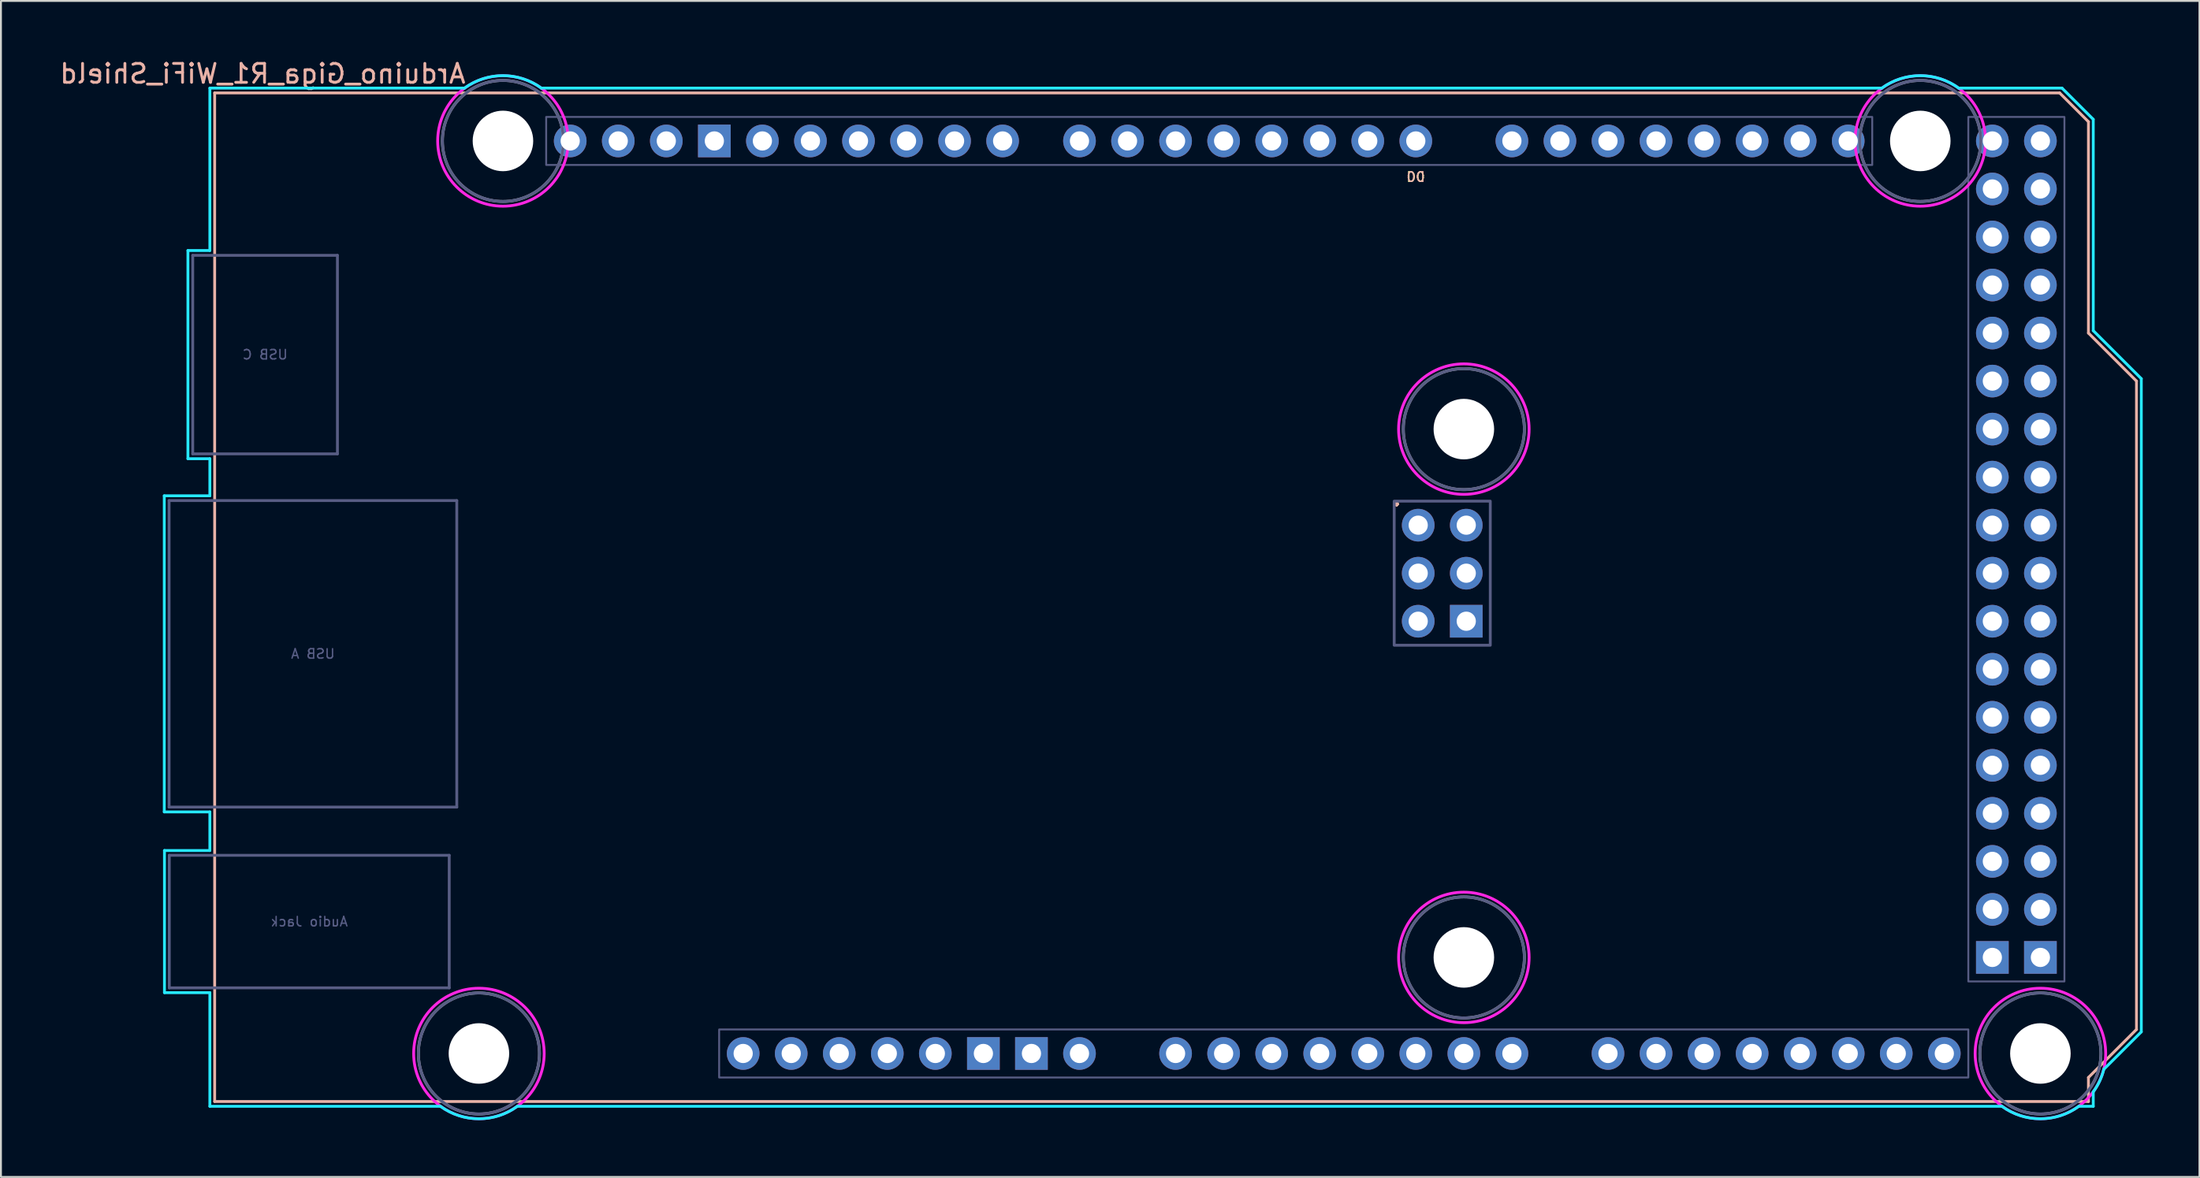
<source format=kicad_pcb>
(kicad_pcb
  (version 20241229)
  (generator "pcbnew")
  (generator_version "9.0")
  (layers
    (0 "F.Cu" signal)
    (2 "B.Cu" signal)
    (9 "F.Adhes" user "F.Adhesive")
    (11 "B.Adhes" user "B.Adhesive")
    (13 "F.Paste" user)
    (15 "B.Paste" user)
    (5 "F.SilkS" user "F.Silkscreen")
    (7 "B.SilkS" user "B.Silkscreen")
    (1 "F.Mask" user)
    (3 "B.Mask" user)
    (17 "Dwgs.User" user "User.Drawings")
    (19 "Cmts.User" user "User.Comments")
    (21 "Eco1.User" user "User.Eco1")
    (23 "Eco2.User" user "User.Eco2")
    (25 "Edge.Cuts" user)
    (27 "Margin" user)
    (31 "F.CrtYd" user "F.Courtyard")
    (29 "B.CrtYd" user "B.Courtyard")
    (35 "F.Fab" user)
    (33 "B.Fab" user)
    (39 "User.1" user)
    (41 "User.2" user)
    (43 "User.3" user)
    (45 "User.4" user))
  (footprint "Arduino_Giga_R1_WiFi_Shield"
    (layer "F.Cu")
    (at 8.299 55.204)
    (property "Reference" "Arduino_Giga_R1_WiFi_Shield" (at 2.54 -54.356 0) (layer "B.SilkS") (effects (font (size 1 1) (thickness 0.15)) (justify mirror)))
    (attr through_hole)
    (fp_line (start 0 -53.34) (end 0 0) (stroke (width 0.15) (type solid)) (layer "B.SilkS"))
    (fp_line (start 0 -53.34) (end 97.536 -53.34) (stroke (width 0.15) (type solid)) (layer "B.SilkS"))
    (fp_line (start 0 0) (end 99.06 0) (stroke (width 0.15) (type solid)) (layer "B.SilkS"))
    (fp_line (start 97.536 -53.34) (end 99.06 -51.816) (stroke (width 0.15) (type solid)) (layer "B.SilkS"))
    (fp_line (start 99.06 -40.64) (end 99.06 -51.816) (stroke (width 0.15) (type solid)) (layer "B.SilkS"))
    (fp_line (start 99.06 -1.27) (end 101.6 -3.81) (stroke (width 0.15) (type solid)) (layer "B.SilkS"))
    (fp_line (start 99.06 0) (end 99.06 -1.27) (stroke (width 0.15) (type solid)) (layer "B.SilkS"))
    (fp_line (start 101.6 -38.1) (end 99.06 -40.64) (stroke (width 0.15) (type solid)) (layer "B.SilkS"))
    (fp_line (start 101.6 -3.81) (end 101.6 -38.1) (stroke (width 0.15) (type solid)) (layer "B.SilkS"))
    (fp_line (start -2.664 -32.034) (end -0.254 -32.034) (stroke (width 0.15) (type solid)) (layer "B.CrtYd"))
    (fp_line (start -2.664 -15.316) (end -2.664 -32.034) (stroke (width 0.15) (type solid)) (layer "B.CrtYd"))
    (fp_line (start -2.664 -15.316) (end -0.254 -15.316) (stroke (width 0.15) (type solid)) (layer "B.CrtYd"))
    (fp_line (start -2.654 -13.274) (end -2.654 -5.756) (stroke (width 0.15) (type solid)) (layer "B.CrtYd"))
    (fp_line (start -2.654 -13.274) (end -0.254 -13.274) (stroke (width 0.15) (type solid)) (layer "B.CrtYd"))
    (fp_line (start -2.654 -5.756) (end -0.254 -5.756) (stroke (width 0.15) (type solid)) (layer "B.CrtYd"))
    (fp_line (start -1.414 -45.004) (end -0.254 -45.004) (stroke (width 0.15) (type solid)) (layer "B.CrtYd"))
    (fp_line (start -1.414 -33.996) (end -1.414 -45.004) (stroke (width 0.15) (type solid)) (layer "B.CrtYd"))
    (fp_line (start -1.414 -33.996) (end -0.254 -33.996) (stroke (width 0.15) (type solid)) (layer "B.CrtYd"))
    (fp_line (start -0.254 -53.594) (end -0.254 -45.004) (stroke (width 0.15) (type solid)) (layer "B.CrtYd"))
    (fp_line (start -0.254 -33.996) (end -0.254 -32.034) (stroke (width 0.15) (type solid)) (layer "B.CrtYd"))
    (fp_line (start -0.254 -15.316) (end -0.254 -13.274) (stroke (width 0.15) (type solid)) (layer "B.CrtYd"))
    (fp_line (start -0.254 -5.756) (end -0.254 0.254) (stroke (width 0.15) (type solid)) (layer "B.CrtYd"))
    (fp_line (start 11.938 0.254) (end -0.254 0.254) (stroke (width 0.15) (type solid)) (layer "B.CrtYd"))
    (fp_line (start 13.208 -53.594) (end -0.254 -53.594) (stroke (width 0.15) (type solid)) (layer "B.CrtYd"))
    (fp_line (start 16.002 0.254) (end 94.488 0.254) (stroke (width 0.15) (type solid)) (layer "B.CrtYd"))
    (fp_line (start 17.272 -53.594) (end 88.138 -53.594) (stroke (width 0.15) (type solid)) (layer "B.CrtYd"))
    (fp_line (start 97.663 -53.594) (end 92.202 -53.594) (stroke (width 0.15) (type solid)) (layer "B.CrtYd"))
    (fp_line (start 97.663 -53.594) (end 99.314 -51.943) (stroke (width 0.15) (type solid)) (layer "B.CrtYd"))
    (fp_line (start 99.314 -40.767) (end 99.314 -51.943) (stroke (width 0.15) (type solid)) (layer "B.CrtYd"))
    (fp_line (start 99.314 0.254) (end 98.552 0.254) (stroke (width 0.15) (type solid)) (layer "B.CrtYd"))
    (fp_line (start 99.314 0.254) (end 99.314 -0.508) (stroke (width 0.15) (type solid)) (layer "B.CrtYd"))
    (fp_line (start 99.873 -1.702) (end 101.854 -3.683) (stroke (width 0.15) (type solid)) (layer "B.CrtYd"))
    (fp_line (start 101.854 -38.227) (end 99.314 -40.767) (stroke (width 0.15) (type solid)) (layer "B.CrtYd"))
    (fp_line (start 101.854 -3.683) (end 101.854 -38.227) (stroke (width 0.15) (type solid)) (layer "B.CrtYd"))
    (fp_arc (start 13.208 -53.594) (mid 15.24 -54.254237) (end 17.272 -53.594) (stroke (width 0.15) (type solid)) (layer "B.CrtYd"))
    (fp_arc (start 16.002 0.254) (mid 13.97 0.914237) (end 11.938 0.254) (stroke (width 0.15) (type solid)) (layer "B.CrtYd"))
    (fp_arc (start 88.138 -53.594) (mid 90.17 -54.254237) (end 92.202 -53.594) (stroke (width 0.15) (type solid)) (layer "B.CrtYd"))
    (fp_arc (start 98.552 0.254) (mid 96.52 0.914237) (end 94.488 0.254) (stroke (width 0.15) (type solid)) (layer "B.CrtYd"))
    (fp_arc (start 99.8728 -1.7018) (mid 99.650917 -1.077977) (end 99.314 -0.508) (stroke (width 0.15) (type solid)) (layer "B.CrtYd"))
    (fp_circle (center 13.97 -2.54) (end 17.42 -2.54) (stroke (width 0.15) (type solid)) (fill no) (layer "F.CrtYd"))
    (fp_circle (center 15.24 -50.8) (end 18.69 -50.8) (stroke (width 0.15) (type solid)) (fill no) (layer "F.CrtYd"))
    (fp_circle (center 66.04 -35.56) (end 69.49 -35.56) (stroke (width 0.15) (type solid)) (fill no) (layer "F.CrtYd"))
    (fp_circle (center 66.04 -7.62) (end 69.49 -7.62) (stroke (width 0.15) (type solid)) (fill no) (layer "F.CrtYd"))
    (fp_circle (center 90.17 -50.8) (end 93.62 -50.8) (stroke (width 0.15) (type solid)) (fill no) (layer "F.CrtYd"))
    (fp_circle (center 96.52 -2.54) (end 99.97 -2.54) (stroke (width 0.15) (type solid)) (fill no) (layer "F.CrtYd"))
    (fp_line (start -2.41 -31.78) (end 12.8 -31.78) (stroke (width 0.15) (type solid)) (layer "B.Fab"))
    (fp_line (start -2.41 -15.57) (end -2.41 -31.78) (stroke (width 0.15) (type solid)) (layer "B.Fab"))
    (fp_line (start -2.41 -15.57) (end 12.8 -15.57) (stroke (width 0.15) (type solid)) (layer "B.Fab"))
    (fp_line (start -2.4 -6.01) (end -2.4 -13.02) (stroke (width 0.15) (type solid)) (layer "B.Fab"))
    (fp_line (start -2.4 -6.01) (end 12.4 -6.01) (stroke (width 0.15) (type solid)) (layer "B.Fab"))
    (fp_line (start -1.16 -44.75) (end -1.16 -34.25) (stroke (width 0.15) (type solid)) (layer "B.Fab"))
    (fp_line (start 6.49 -44.75) (end -1.16 -44.75) (stroke (width 0.15) (type solid)) (layer "B.Fab"))
    (fp_line (start 6.49 -44.75) (end 6.49 -34.25) (stroke (width 0.15) (type solid)) (layer "B.Fab"))
    (fp_line (start 6.49 -34.25) (end -1.16 -34.25) (stroke (width 0.15) (type solid)) (layer "B.Fab"))
    (fp_line (start 12.4 -13.02) (end -2.4 -13.02) (stroke (width 0.15) (type solid)) (layer "B.Fab"))
    (fp_line (start 12.4 -6.01) (end 12.4 -13.02) (stroke (width 0.15) (type solid)) (layer "B.Fab"))
    (fp_line (start 12.8 -15.57) (end 12.8 -31.78) (stroke (width 0.15) (type solid)) (layer "B.Fab"))
    (fp_rect (start 17.526 -52.07) (end 87.63 -49.53) (stroke (width 0.1) (type solid)) (fill no) (layer "B.Fab"))
    (fp_rect (start 26.67 -3.81) (end 92.71 -1.27) (stroke (width 0.1) (type solid)) (fill no) (layer "B.Fab"))
    (fp_rect (start 62.357 -31.75) (end 67.437 -24.13) (stroke (width 0.15) (type solid)) (fill no) (layer "B.Fab"))
    (fp_rect (start 92.71 -52.07) (end 97.79 -6.35) (stroke (width 0.1) (type solid)) (fill no) (layer "B.Fab"))
    (fp_circle (center 13.97 -2.54) (end 17.17 -2.54) (stroke (width 0.15) (type solid)) (fill no) (layer "B.Fab"))
    (fp_circle (center 15.24 -50.8) (end 18.44 -50.8) (stroke (width 0.15) (type solid)) (fill no) (layer "B.Fab"))
    (fp_circle (center 66.04 -35.56) (end 69.24 -35.56) (stroke (width 0.15) (type solid)) (fill no) (layer "B.Fab"))
    (fp_circle (center 66.04 -7.62) (end 69.24 -7.62) (stroke (width 0.15) (type solid)) (fill no) (layer "B.Fab"))
    (fp_circle (center 90.17 -50.8) (end 93.37 -50.8) (stroke (width 0.15) (type solid)) (fill no) (layer "B.Fab"))
    (fp_circle (center 96.52 -2.54) (end 99.72 -2.54) (stroke (width 0.15) (type solid)) (fill no) (layer "B.Fab"))
    (fp_circle (center 13.97 -2.54) (end 17.17 -2.54) (stroke (width 0.15) (type solid)) (fill no) (layer "F.Fab"))
    (fp_circle (center 15.24 -50.8) (end 18.44 -50.8) (stroke (width 0.15) (type solid)) (fill no) (layer "F.Fab"))
    (fp_circle (center 66.04 -35.56) (end 69.24 -35.56) (stroke (width 0.15) (type solid)) (fill no) (layer "F.Fab"))
    (fp_circle (center 66.04 -7.62) (end 69.24 -7.62) (stroke (width 0.15) (type solid)) (fill no) (layer "F.Fab"))
    (fp_circle (center 90.17 -50.8) (end 93.37 -50.8) (stroke (width 0.15) (type solid)) (fill no) (layer "F.Fab"))
    (fp_circle (center 96.52 -2.54) (end 99.72 -2.54) (stroke (width 0.15) (type solid)) (fill no) (layer "F.Fab"))
    (fp_text user "." (at 62.484 -32.004 0) (layer "F.SilkS") (effects (font (size 1 1) (thickness 0.15))))
    (fp_text user "D0" (at 63.5 -48.895 0) (unlocked yes) (layer "F.SilkS") (effects (font (size 0.5 0.5) (thickness 0.075))))
    (fp_text user "D0" (at 63.5 -48.895 0) (unlocked yes) (layer "B.SilkS") (effects (font (size 0.5 0.5) (thickness 0.075)) (justify mirror)))
    (fp_text user "." (at 62.484 -32.004 0) (layer "B.SilkS") (effects (font (size 1 1) (thickness 0.15))))
    (fp_text user "Audio Jack" (at 5 -9.515 0) (layer "B.Fab") (effects (font (size 0.5 0.5) (thickness 0.075)) (justify mirror)))
    (fp_text user "USB C" (at 2.665 -39.5 0) (layer "B.Fab") (effects (font (size 0.5 0.5) (thickness 0.075)) (justify mirror)))
    (fp_text user "USB A" (at 5.195 -23.675 0) (layer "B.Fab") (effects (font (size 0.5 0.5) (thickness 0.075)) (justify mirror)))
    (pad "" np_thru_hole circle (at 13.97 -2.54) (size 3.2 3.2) (drill 3.2) (layers "*.Cu" "*.Mask"))
    (pad "" np_thru_hole circle (at 15.24 -50.8 270) (size 3.2 3.2) (drill 3.2) (layers "*.Cu" "*.Mask"))
    (pad "" thru_hole oval (at 27.94 -2.54) (size 1.727 1.727) (drill 1.016) (layers "*.Cu" "*.Mask"))
    (pad "" np_thru_hole circle (at 66.04 -35.56) (size 3.2 3.2) (drill 3.2) (layers "*.Cu" "*.Mask"))
    (pad "" np_thru_hole circle (at 66.04 -7.62) (size 3.2 3.2) (drill 3.2) (layers "*.Cu" "*.Mask"))
    (pad "" np_thru_hole circle (at 90.17 -50.8) (size 3.2 3.2) (drill 3.2) (layers "*.Cu" "*.Mask"))
    (pad "" np_thru_hole circle (at 96.52 -2.54) (size 3.2 3.2) (drill 3.2) (layers "*.Cu" "*.Mask"))
    (pad "3V3" thru_hole oval (at 35.56 -2.54) (size 1.727 1.727) (drill 1.016) (layers "*.Cu" "*.Mask"))
    (pad "5V1" thru_hole oval (at 38.1 -2.54) (size 1.727 1.727) (drill 1.016) (layers "*.Cu" "*.Mask"))
    (pad "5V2" thru_hole oval (at 66.167 -30.48) (size 1.727 1.727) (drill 1.016) (layers "*.Cu" "*.Mask"))
    (pad "5V3" thru_hole oval (at 93.98 -50.8) (size 1.727 1.727) (drill 1.016) (layers "*.Cu" "*.Mask"))
    (pad "5V4" thru_hole oval (at 96.52 -50.8) (size 1.727 1.727) (drill 1.016) (layers "*.Cu" "*.Mask"))
    (pad "A0" thru_hole oval (at 50.8 -2.54) (size 1.727 1.727) (drill 1.016) (layers "*.Cu" "*.Mask"))
    (pad "A1" thru_hole oval (at 53.34 -2.54) (size 1.727 1.727) (drill 1.016) (layers "*.Cu" "*.Mask"))
    (pad "A2" thru_hole oval (at 55.88 -2.54) (size 1.727 1.727) (drill 1.016) (layers "*.Cu" "*.Mask"))
    (pad "A3" thru_hole oval (at 58.42 -2.54) (size 1.727 1.727) (drill 1.016) (layers "*.Cu" "*.Mask"))
    (pad "A4" thru_hole oval (at 60.96 -2.54) (size 1.727 1.727) (drill 1.016) (layers "*.Cu" "*.Mask"))
    (pad "A5" thru_hole oval (at 63.5 -2.54) (size 1.727 1.727) (drill 1.016) (layers "*.Cu" "*.Mask"))
    (pad "A6" thru_hole oval (at 66.04 -2.54) (size 1.727 1.727) (drill 1.016) (layers "*.Cu" "*.Mask"))
    (pad "A7" thru_hole oval (at 68.58 -2.54) (size 1.727 1.727) (drill 1.016) (layers "*.Cu" "*.Mask"))
    (pad "A8" thru_hole oval (at 73.66 -2.54) (size 1.727 1.727) (drill 1.016) (layers "*.Cu" "*.Mask"))
    (pad "A9" thru_hole oval (at 76.2 -2.54) (size 1.727 1.727) (drill 1.016) (layers "*.Cu" "*.Mask"))
    (pad "A10" thru_hole oval (at 78.74 -2.54) (size 1.727 1.727) (drill 1.016) (layers "*.Cu" "*.Mask"))
    (pad "A11" thru_hole oval (at 81.28 -2.54) (size 1.727 1.727) (drill 1.016) (layers "*.Cu" "*.Mask"))
    (pad "AREF" thru_hole oval (at 23.876 -50.8) (size 1.727 1.727) (drill 1.016) (layers "*.Cu" "*.Mask"))
    (pad "CANR" thru_hole oval (at 88.9 -2.54) (size 1.727 1.727) (drill 1.016) (layers "*.Cu" "*.Mask"))
    (pad "CANT" thru_hole oval (at 91.44 -2.54) (size 1.727 1.727) (drill 1.016) (layers "*.Cu" "*.Mask"))
    (pad "D0" thru_hole oval (at 63.5 -50.8) (size 1.727 1.727) (drill 1.016) (layers "*.Cu" "*.Mask"))
    (pad "D1" thru_hole oval (at 60.96 -50.8) (size 1.727 1.727) (drill 1.016) (layers "*.Cu" "*.Mask"))
    (pad "D2" thru_hole oval (at 58.42 -50.8) (size 1.727 1.727) (drill 1.016) (layers "*.Cu" "*.Mask"))
    (pad "D3" thru_hole oval (at 55.88 -50.8) (size 1.727 1.727) (drill 1.016) (layers "*.Cu" "*.Mask"))
    (pad "D4" thru_hole oval (at 53.34 -50.8) (size 1.727 1.727) (drill 1.016) (layers "*.Cu" "*.Mask"))
    (pad "D5" thru_hole oval (at 50.8 -50.8) (size 1.727 1.727) (drill 1.016) (layers "*.Cu" "*.Mask"))
    (pad "D6" thru_hole oval (at 48.26 -50.8) (size 1.727 1.727) (drill 1.016) (layers "*.Cu" "*.Mask"))
    (pad "D7" thru_hole oval (at 45.72 -50.8) (size 1.727 1.727) (drill 1.016) (layers "*.Cu" "*.Mask"))
    (pad "D8" thru_hole oval (at 41.656 -50.8) (size 1.727 1.727) (drill 1.016) (layers "*.Cu" "*.Mask"))
    (pad "D9" thru_hole oval (at 39.116 -50.8) (size 1.727 1.727) (drill 1.016) (layers "*.Cu" "*.Mask"))
    (pad "D10" thru_hole oval (at 36.576 -50.8) (size 1.727 1.727) (drill 1.016) (layers "*.Cu" "*.Mask"))
    (pad "D11" thru_hole oval (at 34.036 -50.8) (size 1.727 1.727) (drill 1.016) (layers "*.Cu" "*.Mask"))
    (pad "D12" thru_hole oval (at 31.496 -50.8) (size 1.727 1.727) (drill 1.016) (layers "*.Cu" "*.Mask"))
    (pad "D13" thru_hole oval (at 28.956 -50.8) (size 1.727 1.727) (drill 1.016) (layers "*.Cu" "*.Mask"))
    (pad "D14" thru_hole oval (at 68.58 -50.8) (size 1.727 1.727) (drill 1.016) (layers "*.Cu" "*.Mask"))
    (pad "D15" thru_hole oval (at 71.12 -50.8) (size 1.727 1.727) (drill 1.016) (layers "*.Cu" "*.Mask"))
    (pad "D16" thru_hole oval (at 73.66 -50.8) (size 1.727 1.727) (drill 1.016) (layers "*.Cu" "*.Mask"))
    (pad "D17" thru_hole oval (at 76.2 -50.8) (size 1.727 1.727) (drill 1.016) (layers "*.Cu" "*.Mask"))
    (pad "D18" thru_hole oval (at 78.74 -50.8) (size 1.727 1.727) (drill 1.016) (layers "*.Cu" "*.Mask"))
    (pad "D19" thru_hole oval (at 81.28 -50.8) (size 1.727 1.727) (drill 1.016) (layers "*.Cu" "*.Mask"))
    (pad "D20" thru_hole oval (at 83.82 -50.8) (size 1.727 1.727) (drill 1.016) (layers "*.Cu" "*.Mask"))
    (pad "D21" thru_hole oval (at 86.36 -50.8) (size 1.727 1.727) (drill 1.016) (layers "*.Cu" "*.Mask"))
    (pad "D22" thru_hole oval (at 93.98 -48.26) (size 1.727 1.727) (drill 1.016) (layers "*.Cu" "*.Mask"))
    (pad "D23" thru_hole oval (at 96.52 -48.26) (size 1.727 1.727) (drill 1.016) (layers "*.Cu" "*.Mask"))
    (pad "D24" thru_hole oval (at 93.98 -45.72) (size 1.727 1.727) (drill 1.016) (layers "*.Cu" "*.Mask"))
    (pad "D25" thru_hole oval (at 96.52 -45.72) (size 1.727 1.727) (drill 1.016) (layers "*.Cu" "*.Mask"))
    (pad "D26" thru_hole oval (at 93.98 -43.18) (size 1.727 1.727) (drill 1.016) (layers "*.Cu" "*.Mask"))
    (pad "D27" thru_hole oval (at 96.52 -43.18) (size 1.727 1.727) (drill 1.016) (layers "*.Cu" "*.Mask"))
    (pad "D28" thru_hole oval (at 93.98 -40.64) (size 1.727 1.727) (drill 1.016) (layers "*.Cu" "*.Mask"))
    (pad "D29" thru_hole oval (at 96.52 -40.64) (size 1.727 1.727) (drill 1.016) (layers "*.Cu" "*.Mask"))
    (pad "D30" thru_hole oval (at 93.98 -38.1) (size 1.727 1.727) (drill 1.016) (layers "*.Cu" "*.Mask"))
    (pad "D31" thru_hole oval (at 96.52 -38.1) (size 1.727 1.727) (drill 1.016) (layers "*.Cu" "*.Mask"))
    (pad "D32" thru_hole oval (at 93.98 -35.56) (size 1.727 1.727) (drill 1.016) (layers "*.Cu" "*.Mask"))
    (pad "D33" thru_hole oval (at 96.52 -35.56) (size 1.727 1.727) (drill 1.016) (layers "*.Cu" "*.Mask"))
    (pad "D34" thru_hole oval (at 93.98 -33.02) (size 1.727 1.727) (drill 1.016) (layers "*.Cu" "*.Mask"))
    (pad "D35" thru_hole oval (at 96.52 -33.02) (size 1.727 1.727) (drill 1.016) (layers "*.Cu" "*.Mask"))
    (pad "D36" thru_hole oval (at 93.98 -30.48) (size 1.727 1.727) (drill 1.016) (layers "*.Cu" "*.Mask"))
    (pad "D37" thru_hole oval (at 96.52 -30.48) (size 1.727 1.727) (drill 1.016) (layers "*.Cu" "*.Mask"))
    (pad "D38" thru_hole oval (at 93.98 -27.94) (size 1.727 1.727) (drill 1.016) (layers "*.Cu" "*.Mask"))
    (pad "D39" thru_hole oval (at 96.52 -27.94) (size 1.727 1.727) (drill 1.016) (layers "*.Cu" "*.Mask"))
    (pad "D40" thru_hole oval (at 93.98 -25.4) (size 1.727 1.727) (drill 1.016) (layers "*.Cu" "*.Mask"))
    (pad "D41" thru_hole oval (at 96.52 -25.4) (size 1.727 1.727) (drill 1.016) (layers "*.Cu" "*.Mask"))
    (pad "D42" thru_hole oval (at 93.98 -22.86) (size 1.727 1.727) (drill 1.016) (layers "*.Cu" "*.Mask"))
    (pad "D43" thru_hole oval (at 96.52 -22.86) (size 1.727 1.727) (drill 1.016) (layers "*.Cu" "*.Mask"))
    (pad "D44" thru_hole oval (at 93.98 -20.32) (size 1.727 1.727) (drill 1.016) (layers "*.Cu" "*.Mask"))
    (pad "D45" thru_hole oval (at 96.52 -20.32) (size 1.727 1.727) (drill 1.016) (layers "*.Cu" "*.Mask"))
    (pad "D46" thru_hole oval (at 93.98 -17.78) (size 1.727 1.727) (drill 1.016) (layers "*.Cu" "*.Mask"))
    (pad "D47" thru_hole oval (at 96.52 -17.78) (size 1.727 1.727) (drill 1.016) (layers "*.Cu" "*.Mask"))
    (pad "D48" thru_hole oval (at 93.98 -15.24) (size 1.727 1.727) (drill 1.016) (layers "*.Cu" "*.Mask"))
    (pad "D49" thru_hole oval (at 96.52 -15.24) (size 1.727 1.727) (drill 1.016) (layers "*.Cu" "*.Mask"))
    (pad "D50" thru_hole oval (at 93.98 -12.7) (size 1.727 1.727) (drill 1.016) (layers "*.Cu" "*.Mask"))
    (pad "D51" thru_hole oval (at 96.52 -12.7) (size 1.727 1.727) (drill 1.016) (layers "*.Cu" "*.Mask"))
    (pad "D52" thru_hole oval (at 93.98 -10.16) (size 1.727 1.727) (drill 1.016) (layers "*.Cu" "*.Mask"))
    (pad "D53" thru_hole oval (at 96.52 -10.16) (size 1.727 1.727) (drill 1.016) (layers "*.Cu" "*.Mask"))
    (pad "DAC0" thru_hole oval (at 83.82 -2.54) (size 1.727 1.727) (drill 1.016) (layers "*.Cu" "*.Mask"))
    (pad "DAC1" thru_hole oval (at 86.36 -2.54) (size 1.727 1.727) (drill 1.016) (layers "*.Cu" "*.Mask"))
    (pad "GND1" thru_hole rect (at 26.416 -50.8) (size 1.727 1.727) (drill 1.016) (layers "*.Cu" "*.Mask"))
    (pad "GND2" thru_hole rect (at 40.64 -2.54) (size 1.727 1.727) (drill 1.016) (layers "*.Cu" "*.Mask"))
    (pad "GND3" thru_hole rect (at 43.18 -2.54) (size 1.727 1.727) (drill 1.016) (layers "*.Cu" "*.Mask"))
    (pad "GND4" thru_hole rect (at 66.167 -25.4) (size 1.727 1.727) (drill 1.016) (layers "*.Cu" "*.Mask"))
    (pad "GND5" thru_hole rect (at 93.98 -7.62) (size 1.727 1.727) (drill 1.016) (layers "*.Cu" "*.Mask"))
    (pad "GND6" thru_hole rect (at 96.52 -7.62) (size 1.727 1.727) (drill 1.016) (layers "*.Cu" "*.Mask"))
    (pad "IORF" thru_hole oval (at 30.48 -2.54) (size 1.727 1.727) (drill 1.016) (layers "*.Cu" "*.Mask"))
    (pad "MISO" thru_hole oval (at 63.627 -30.48) (size 1.727 1.727) (drill 1.016) (layers "*.Cu" "*.Mask"))
    (pad "MOSI" thru_hole oval (at 66.167 -27.94) (size 1.727 1.727) (drill 1.016) (layers "*.Cu" "*.Mask"))
    (pad "RST1" thru_hole oval (at 33.02 -2.54) (size 1.727 1.727) (drill 1.016) (layers "*.Cu" "*.Mask"))
    (pad "RST2" thru_hole oval (at 63.627 -25.4) (size 1.727 1.727) (drill 1.016) (layers "*.Cu" "*.Mask"))
    (pad "SCK" thru_hole oval (at 63.627 -27.94) (size 1.727 1.727) (drill 1.016) (layers "*.Cu" "*.Mask"))
    (pad "SCL1" thru_hole oval (at 18.796 -50.8) (size 1.727 1.727) (drill 1.016) (layers "*.Cu" "*.Mask"))
    (pad "SDA1" thru_hole oval (at 21.336 -50.8) (size 1.727 1.727) (drill 1.016) (layers "*.Cu" "*.Mask"))
    (pad "VIN" thru_hole oval (at 45.72 -2.54) (size 1.727 1.727) (drill 1.016) (layers "*.Cu" "*.Mask")))
  (gr_rect
    (start -3 -3)
    (end 113.228 59.193)
    (stroke (width 0.1) (type default))
    (fill no)
    (layer "Edge.Cuts")))
</source>
